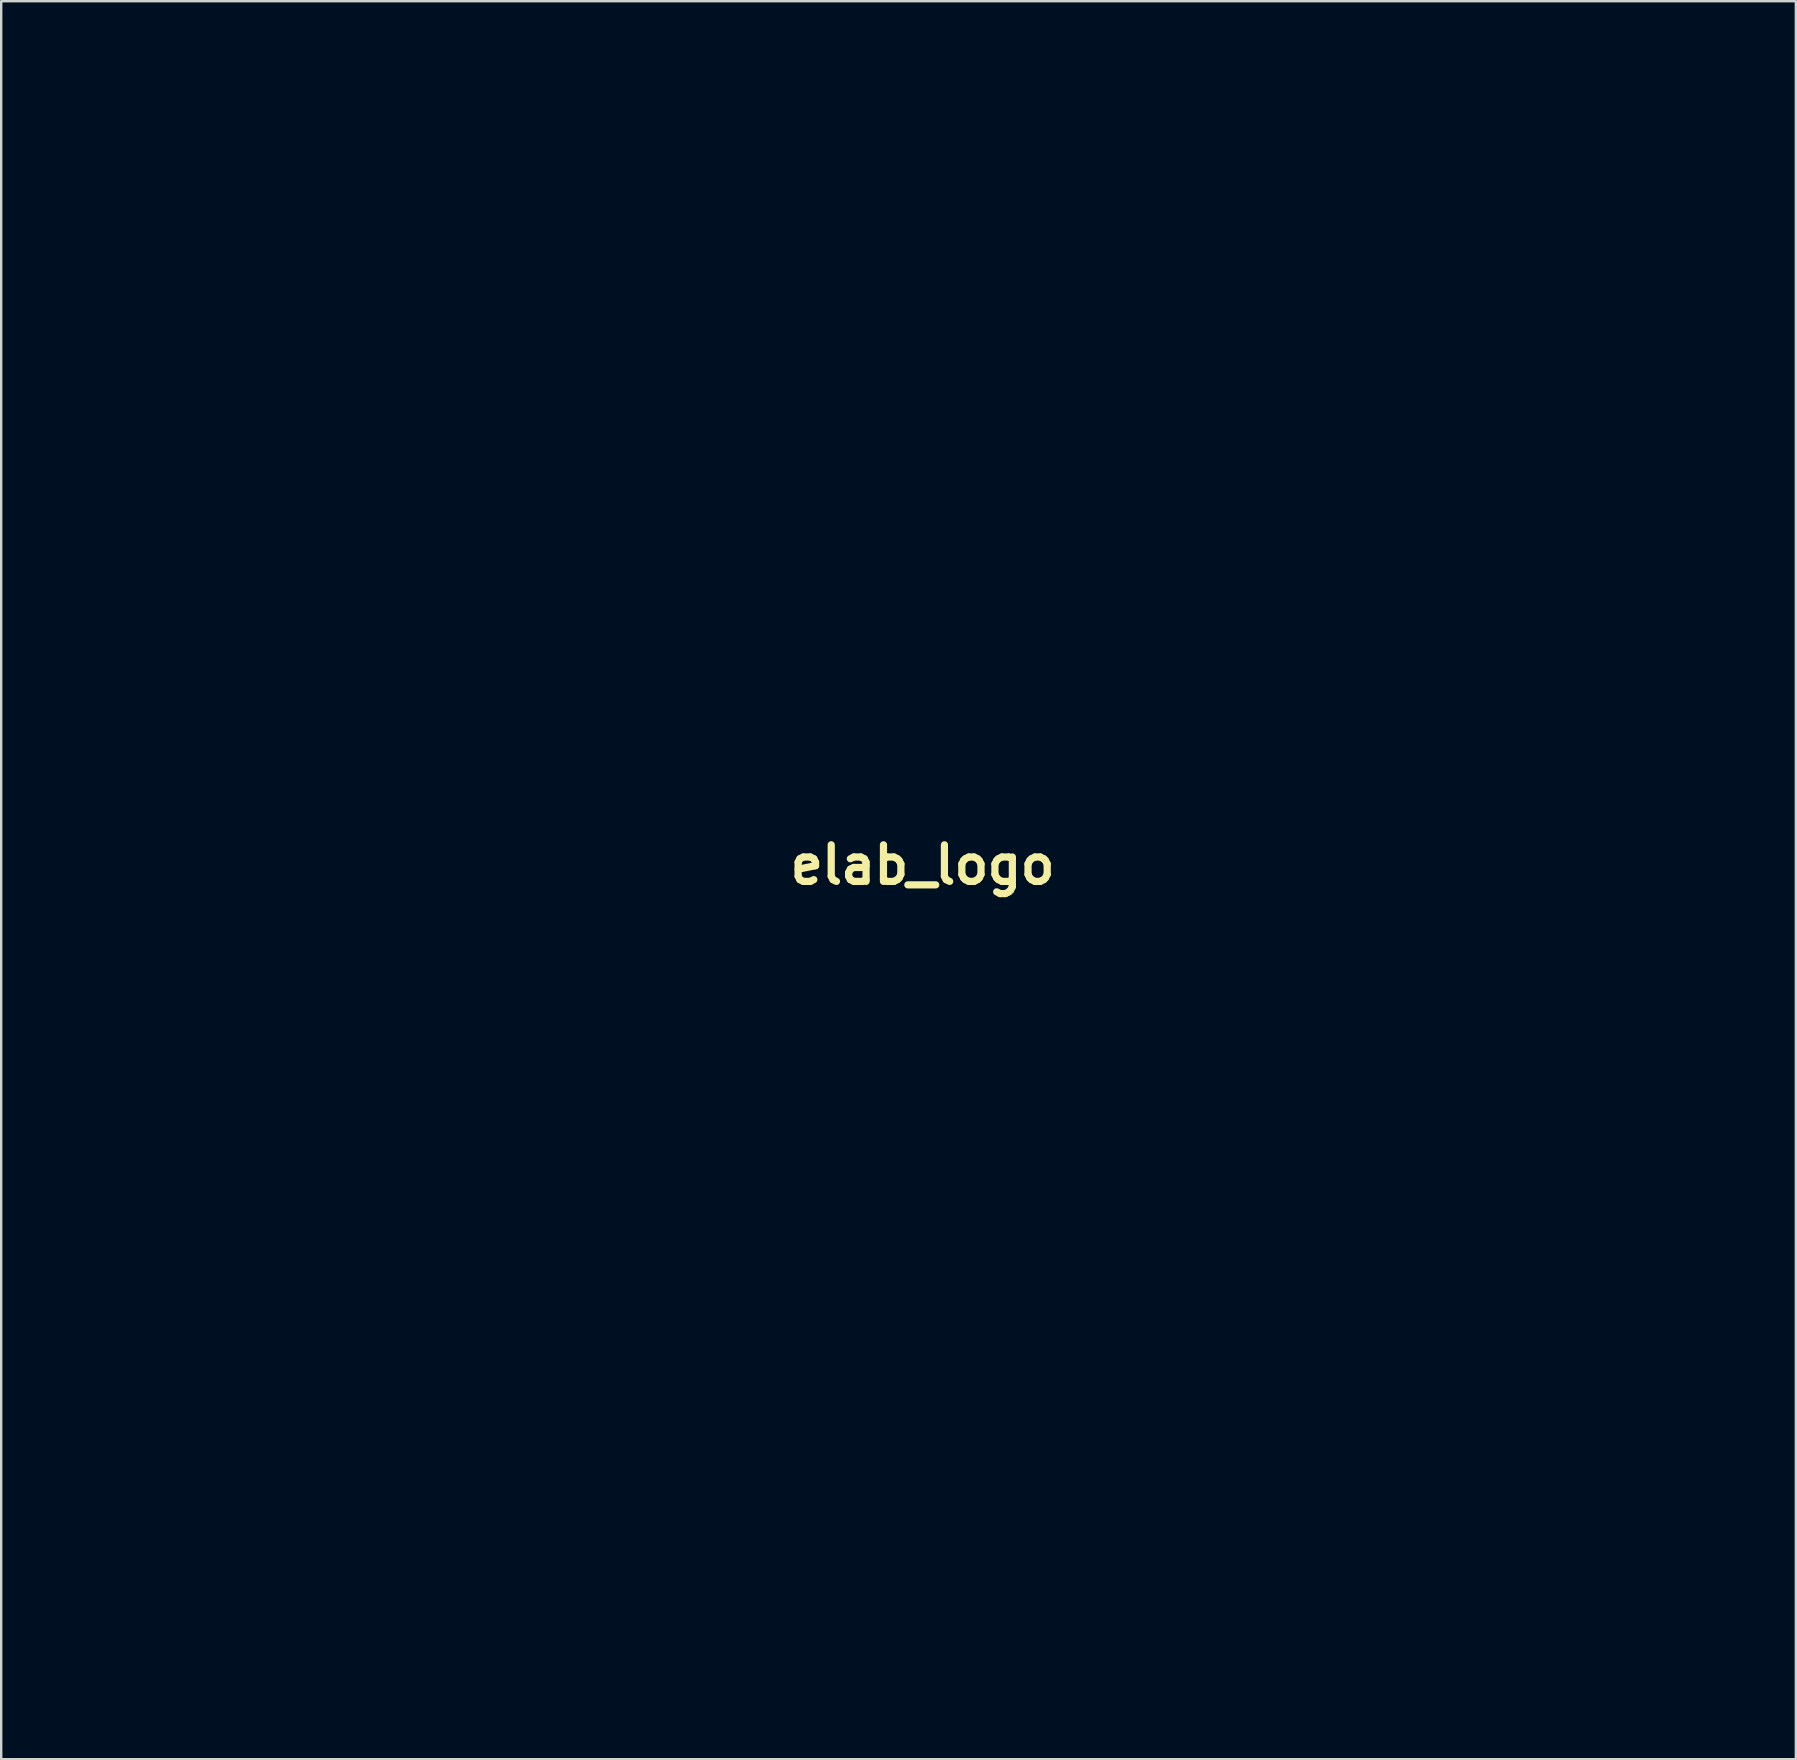
<source format=kicad_pcb>
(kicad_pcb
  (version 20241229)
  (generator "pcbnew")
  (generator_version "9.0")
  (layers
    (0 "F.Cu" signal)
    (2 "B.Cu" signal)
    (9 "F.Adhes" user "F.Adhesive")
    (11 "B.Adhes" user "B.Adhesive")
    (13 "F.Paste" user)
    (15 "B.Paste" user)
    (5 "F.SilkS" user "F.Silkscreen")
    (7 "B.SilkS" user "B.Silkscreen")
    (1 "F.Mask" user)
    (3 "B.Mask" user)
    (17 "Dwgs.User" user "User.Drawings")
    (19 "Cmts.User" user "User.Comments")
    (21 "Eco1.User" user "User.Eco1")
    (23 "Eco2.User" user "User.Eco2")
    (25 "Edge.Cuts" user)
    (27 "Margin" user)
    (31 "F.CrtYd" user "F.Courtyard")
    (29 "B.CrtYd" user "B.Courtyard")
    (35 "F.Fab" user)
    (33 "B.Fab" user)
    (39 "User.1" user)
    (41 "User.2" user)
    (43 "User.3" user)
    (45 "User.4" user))
  (footprint "elab_logo"
    (layer "F.Cu")
    (at 35.396 32.987)
    (property "Reference" "elab_logo" (at 0 0 0) (layer "F.SilkS") (effects (font (size 1.524 1.524) (thickness 0.3))))
    (attr through_hole)
    (fp_poly (pts (xy 26.741 26.173) (xy 26.83 26.218) (xy 26.938 26.313) (xy 27.078 26.473) (xy 27.264 26.717) (xy 27.51 27.06) (xy 27.83 27.518) (xy 28.032 27.811) (xy 29.168 29.461) (xy 29.191 27.811) (xy 29.214 26.162) (xy 29.633 26.162) (xy 29.633 30.141) (xy 29.389 30.141) (xy 29.304 30.131) (xy 29.215 30.088) (xy 29.108 29.996) (xy 28.971 29.84) (xy 28.788 29.601) (xy 28.546 29.265) (xy 28.231 28.814) (xy 28.013 28.499) (xy 26.882 26.856) (xy 26.859 28.499) (xy 26.836 30.141) (xy 26.416 30.141) (xy 26.416 26.162) (xy 26.656 26.162) (xy 26.741 26.173)) (stroke (width 0.01) (type solid)) (fill no) (layer "Eco2.User"))
    (fp_poly (pts (xy 15.004 30.834) (xy 15.261 30.838) (xy 15.834 30.848) (xy 16.258 30.86) (xy 16.555 30.877) (xy 16.745 30.899) (xy 16.849 30.93) (xy 16.889 30.971) (xy 16.891 30.988) (xy 16.869 31.033) (xy 16.789 31.067) (xy 16.631 31.093) (xy 16.372 31.111) (xy 15.994 31.124) (xy 15.474 31.135) (xy 15.261 31.138) (xy 14.699 31.145) (xy 14.283 31.148) (xy 13.992 31.143) (xy 13.804 31.13) (xy 13.696 31.105) (xy 13.646 31.068) (xy 13.632 31.015) (xy 13.631 30.988) (xy 13.637 30.928) (xy 13.669 30.885) (xy 13.75 30.855) (xy 13.901 30.837) (xy 14.146 30.829) (xy 14.506 30.829) (xy 15.004 30.834)) (stroke (width 0.01) (type solid)) (fill no) (layer "Eco2.User"))
    (fp_poly (pts (xy 21.59 30.141) (xy 21.167 30.141) (xy 21.163 28.469) (xy 21.158 26.797) (xy 20.495 28.448) (xy 20.234 29.094) (xy 20.025 29.585) (xy 19.855 29.921) (xy 19.708 30.104) (xy 19.573 30.135) (xy 19.435 30.014) (xy 19.28 29.742) (xy 19.095 29.321) (xy 18.866 28.751) (xy 18.791 28.562) (xy 18.161 26.975) (xy 18.138 28.558) (xy 18.115 30.141) (xy 17.695 30.141) (xy 17.695 26.162) (xy 18.264 26.162) (xy 18.925 27.855) (xy 19.121 28.35) (xy 19.299 28.783) (xy 19.448 29.133) (xy 19.56 29.377) (xy 19.625 29.494) (xy 19.636 29.5) (xy 19.68 29.41) (xy 19.776 29.186) (xy 19.914 28.853) (xy 20.083 28.435) (xy 20.274 27.956) (xy 20.325 27.828) (xy 20.965 26.204) (xy 21.278 26.178) (xy 21.59 26.152) (xy 21.59 30.141)) (stroke (width 0.01) (type solid)) (fill no) (layer "Eco2.User"))
    (fp_poly (pts (xy 16.616 26.178) (xy 16.891 26.204) (xy 16.891 27.644) (xy 16.886 28.281) (xy 16.866 28.774) (xy 16.825 29.148) (xy 16.758 29.429) (xy 16.659 29.643) (xy 16.523 29.813) (xy 16.362 29.952) (xy 16.181 30.073) (xy 15.996 30.146) (xy 15.751 30.187) (xy 15.393 30.209) (xy 15.374 30.21) (xy 14.986 30.214) (xy 14.712 30.189) (xy 14.501 30.126) (xy 14.393 30.074) (xy 14.146 29.909) (xy 13.955 29.704) (xy 13.814 29.436) (xy 13.718 29.086) (xy 13.662 28.633) (xy 13.64 28.055) (xy 13.646 27.332) (xy 13.647 27.263) (xy 13.674 26.204) (xy 13.949 26.178) (xy 14.224 26.151) (xy 14.224 27.556) (xy 14.229 28.177) (xy 14.249 28.651) (xy 14.288 29.004) (xy 14.354 29.258) (xy 14.452 29.438) (xy 14.589 29.566) (xy 14.756 29.661) (xy 15.151 29.787) (xy 15.536 29.765) (xy 15.796 29.679) (xy 15.976 29.584) (xy 16.113 29.455) (xy 16.211 29.269) (xy 16.277 29.004) (xy 16.317 28.636) (xy 16.336 28.142) (xy 16.341 27.556) (xy 16.341 26.151) (xy 16.616 26.178)) (stroke (width 0.01) (type solid)) (fill no) (layer "Eco2.User"))
    (fp_poly (pts (xy 24.51 26.148) (xy 24.974 26.355) (xy 25.377 26.699) (xy 25.662 27.14) (xy 25.827 27.649) (xy 25.875 28.191) (xy 25.81 28.732) (xy 25.636 29.236) (xy 25.358 29.669) (xy 25.028 29.962) (xy 24.621 30.143) (xy 24.138 30.224) (xy 23.641 30.202) (xy 23.192 30.075) (xy 23.114 30.036) (xy 22.722 29.737) (xy 22.42 29.324) (xy 22.218 28.831) (xy 22.124 28.292) (xy 22.138 27.951) (xy 22.536 27.951) (xy 22.544 28.465) (xy 22.665 28.928) (xy 22.883 29.321) (xy 23.185 29.626) (xy 23.555 29.824) (xy 23.977 29.897) (xy 24.436 29.825) (xy 24.581 29.772) (xy 24.951 29.532) (xy 25.228 29.179) (xy 25.406 28.747) (xy 25.481 28.268) (xy 25.447 27.774) (xy 25.299 27.298) (xy 25.045 26.888) (xy 24.713 26.605) (xy 24.322 26.456) (xy 23.904 26.435) (xy 23.493 26.535) (xy 23.122 26.748) (xy 22.824 27.067) (xy 22.656 27.404) (xy 22.536 27.951) (xy 22.138 27.951) (xy 22.147 27.743) (xy 22.297 27.217) (xy 22.354 27.093) (xy 22.665 26.653) (xy 23.065 26.335) (xy 23.526 26.142) (xy 24.017 26.079) (xy 24.51 26.148)) (stroke (width 0.01) (type solid)) (fill no) (layer "Eco2.User"))
    (fp_poly (pts (xy 31.855 26.102) (xy 32.359 26.215) (xy 32.755 26.448) (xy 33.032 26.793) (xy 33.152 27.114) (xy 33.174 27.281) (xy 33.103 27.341) (xy 33.008 27.346) (xy 32.855 27.302) (xy 32.732 27.147) (xy 32.666 27.006) (xy 32.472 26.72) (xy 32.197 26.53) (xy 31.874 26.433) (xy 31.538 26.426) (xy 31.221 26.505) (xy 30.959 26.668) (xy 30.786 26.912) (xy 30.734 27.182) (xy 30.764 27.416) (xy 30.839 27.581) (xy 30.853 27.595) (xy 30.985 27.66) (xy 31.237 27.75) (xy 31.565 27.851) (xy 31.745 27.901) (xy 32.298 28.062) (xy 32.704 28.218) (xy 32.984 28.385) (xy 33.159 28.58) (xy 33.248 28.82) (xy 33.274 29.121) (xy 33.274 29.125) (xy 33.221 29.512) (xy 33.047 29.801) (xy 32.732 30.024) (xy 32.649 30.064) (xy 32.329 30.159) (xy 31.924 30.211) (xy 31.504 30.217) (xy 31.137 30.175) (xy 30.988 30.131) (xy 30.65 29.919) (xy 30.373 29.604) (xy 30.221 29.276) (xy 30.179 28.983) (xy 30.226 28.818) (xy 30.333 28.786) (xy 30.472 28.892) (xy 30.614 29.14) (xy 30.638 29.2) (xy 30.844 29.548) (xy 31.159 29.773) (xy 31.59 29.878) (xy 31.8 29.887) (xy 32.194 29.835) (xy 32.52 29.695) (xy 32.758 29.49) (xy 32.885 29.245) (xy 32.881 28.981) (xy 32.789 28.799) (xy 32.65 28.664) (xy 32.429 28.547) (xy 32.092 28.431) (xy 31.911 28.379) (xy 31.343 28.211) (xy 30.922 28.052) (xy 30.629 27.888) (xy 30.442 27.703) (xy 30.343 27.482) (xy 30.311 27.21) (xy 30.311 27.174) (xy 30.387 26.793) (xy 30.603 26.479) (xy 30.934 26.249) (xy 31.358 26.118) (xy 31.852 26.101) (xy 31.855 26.102)) (stroke (width 0.01) (type solid)) (fill no) (layer "Eco2.User"))
    (fp_poly (pts (xy -2.879 15.346) (xy -2.228 15.444) (xy -1.672 15.665) (xy -1.17 16.026) (xy -1.001 16.188) (xy -0.619 16.677) (xy -0.376 17.228) (xy -0.264 17.866) (xy -0.254 18.163) (xy -0.325 18.875) (xy -0.537 19.497) (xy -0.884 20.025) (xy -1.363 20.449) (xy -1.717 20.653) (xy -2.386 20.897) (xy -3.047 20.971) (xy -3.698 20.877) (xy -4.335 20.615) (xy -4.89 20.239) (xy -5.42 19.812) (xy -21.523 19.812) (xy -21.959 20.206) (xy -22.523 20.625) (xy -23.123 20.906) (xy -23.736 21.04) (xy -24.336 21.021) (xy -24.559 20.971) (xy -25.214 20.701) (xy -25.786 20.29) (xy -26.257 19.752) (xy -26.515 19.316) (xy -26.619 19.066) (xy -26.678 18.804) (xy -26.703 18.47) (xy -26.706 18.203) (xy -26.696 18.052) (xy -25.31 18.052) (xy -25.284 18.5) (xy -25.136 18.88) (xy -24.84 19.258) (xy -24.463 19.509) (xy -24.038 19.623) (xy -23.597 19.586) (xy -23.427 19.528) (xy -23.135 19.344) (xy -22.857 19.068) (xy -22.646 18.757) (xy -22.564 18.542) (xy -22.547 18.097) (xy -22.568 18.023) (xy -4.382 18.023) (xy -4.352 18.48) (xy -4.185 18.901) (xy -3.906 19.244) (xy -3.554 19.464) (xy -3.139 19.548) (xy -2.694 19.505) (xy -2.336 19.366) (xy -1.975 19.103) (xy -1.752 18.788) (xy -1.643 18.38) (xy -1.628 18.226) (xy -1.62 17.912) (xy -1.661 17.69) (xy -1.766 17.488) (xy -1.792 17.449) (xy -2.107 17.087) (xy -2.468 16.871) (xy -2.86 16.785) (xy -3.341 16.815) (xy -3.76 16.987) (xy -4.09 17.283) (xy -4.309 17.681) (xy -4.382 18.023) (xy -22.568 18.023) (xy -22.673 17.657) (xy -22.92 17.271) (xy -23.219 17.018) (xy -23.549 16.893) (xy -23.946 16.851) (xy -24.331 16.893) (xy -24.536 16.968) (xy -24.927 17.256) (xy -25.188 17.627) (xy -25.31 18.052) (xy -26.696 18.052) (xy -26.668 17.619) (xy -26.543 17.137) (xy -26.31 16.702) (xy -25.976 16.288) (xy -25.471 15.856) (xy -24.898 15.565) (xy -24.281 15.418) (xy -23.645 15.415) (xy -23.017 15.557) (xy -22.419 15.845) (xy -22.042 16.127) (xy -21.605 16.51) (xy -5.4 16.51) (xy -4.943 16.093) (xy -4.416 15.691) (xy -3.87 15.445) (xy -3.272 15.343) (xy -2.879 15.346)) (stroke (width 0.01) (type solid)) (fill no) (layer "Eco2.User"))
    (fp_poly (pts (xy 1.185 -22.334) (xy 1.747 -22.273) (xy 2.202 -22.136) (xy 2.608 -21.9) (xy 3.02 -21.54) (xy 3.041 -21.519) (xy 3.438 -21.05) (xy 3.697 -20.558) (xy 3.839 -19.996) (xy 3.878 -19.584) (xy 3.888 -19.208) (xy 3.87 -18.934) (xy 3.811 -18.698) (xy 3.703 -18.434) (xy 3.697 -18.423) (xy 3.517 -18.099) (xy 3.273 -17.752) (xy 3.087 -17.531) (xy 2.691 -17.107) (xy 2.817 8.213) (xy -26.501 8.213) (xy -26.501 10.042) (xy -26.197 10.334) (xy -25.974 10.588) (xy -25.754 10.901) (xy -25.668 11.049) (xy -25.559 11.274) (xy -25.492 11.484) (xy -25.457 11.732) (xy -25.445 12.071) (xy -25.444 12.277) (xy -25.452 12.695) (xy -25.48 12.997) (xy -25.538 13.235) (xy -25.633 13.462) (xy -25.639 13.474) (xy -26 14.038) (xy -26.461 14.498) (xy -26.996 14.843) (xy -27.58 15.06) (xy -28.189 15.14) (xy -28.796 15.069) (xy -29.015 15.003) (xy -29.666 14.686) (xy -30.206 14.242) (xy -30.627 13.68) (xy -30.921 13.014) (xy -31.039 12.379) (xy -29.599 12.379) (xy -29.563 12.587) (xy -29.406 13.02) (xy -29.187 13.329) (xy -28.88 13.552) (xy -28.529 13.668) (xy -28.125 13.692) (xy -27.735 13.626) (xy -27.45 13.489) (xy -27.098 13.136) (xy -26.891 12.726) (xy -26.83 12.288) (xy -26.914 11.852) (xy -27.142 11.446) (xy -27.459 11.141) (xy -27.662 11.031) (xy -27.922 10.977) (xy -28.228 10.964) (xy -28.555 10.977) (xy -28.783 11.029) (xy -28.983 11.139) (xy -29.061 11.196) (xy -29.375 11.531) (xy -29.56 11.939) (xy -29.599 12.379) (xy -31.039 12.379) (xy -31.043 12.362) (xy -31.003 11.718) (xy -30.807 11.107) (xy -30.463 10.552) (xy -30.182 10.252) (xy -29.803 9.903) (xy -29.803 4.826) (xy -0.593 4.826) (xy -0.593 -17.205) (xy -0.969 -17.623) (xy -1.357 -18.175) (xy -1.599 -18.788) (xy -1.696 -19.436) (xy -1.689 -19.539) (xy -0.294 -19.539) (xy -0.231 -19.116) (xy -0.046 -18.729) (xy 0.26 -18.414) (xy 0.422 -18.313) (xy 0.894 -18.144) (xy 1.355 -18.145) (xy 1.582 -18.209) (xy 1.982 -18.446) (xy 2.273 -18.799) (xy 2.437 -19.243) (xy 2.468 -19.552) (xy 2.403 -20.033) (xy 2.196 -20.422) (xy 1.927 -20.673) (xy 1.596 -20.822) (xy 1.186 -20.883) (xy 0.762 -20.857) (xy 0.392 -20.743) (xy 0.274 -20.673) (xy -0.044 -20.353) (xy -0.232 -19.963) (xy -0.294 -19.539) (xy -1.689 -19.539) (xy -1.647 -20.091) (xy -1.449 -20.726) (xy -1.109 -21.305) (xy -0.847 -21.596) (xy -0.515 -21.846) (xy -0.166 -22.043) (xy 0.151 -22.202) (xy 0.386 -22.296) (xy 0.604 -22.34) (xy 0.87 -22.347) (xy 1.185 -22.334)) (stroke (width 0.01) (type solid)) (fill no) (layer "Eco2.User"))
    (fp_poly (pts (xy -22.662 -19.672) (xy -22.06 -19.44) (xy -21.498 -19.063) (xy -21.396 -18.973) (xy -21.021 -18.627) (xy -3.048 -18.627) (xy -3.048 2.201) (xy -29.464 2.201) (xy -29.464 -8.851) (xy -29.815 -9.273) (xy -30.211 -9.822) (xy -30.462 -10.357) (xy -30.584 -10.918) (xy -30.601 -11.261) (xy -30.584 -11.404) (xy -29.191 -11.404) (xy -29.165 -10.946) (xy -29.092 -10.72) (xy -28.85 -10.341) (xy -28.508 -10.069) (xy -28.101 -9.916) (xy -27.668 -9.892) (xy -27.244 -10.006) (xy -27.015 -10.141) (xy -26.678 -10.482) (xy -26.479 -10.881) (xy -26.418 -11.306) (xy -26.491 -11.726) (xy -26.696 -12.108) (xy -27.032 -12.421) (xy -27.17 -12.503) (xy -27.589 -12.665) (xy -27.979 -12.676) (xy -28.388 -12.537) (xy -28.451 -12.505) (xy -28.821 -12.221) (xy -29.072 -11.841) (xy -29.191 -11.404) (xy -30.584 -11.404) (xy -30.521 -11.945) (xy -30.291 -12.57) (xy -29.922 -13.117) (xy -29.428 -13.564) (xy -28.939 -13.844) (xy -28.343 -14.03) (xy -27.709 -14.086) (xy -27.088 -14.011) (xy -26.645 -13.862) (xy -26.088 -13.518) (xy -25.613 -13.047) (xy -25.257 -12.484) (xy -25.245 -12.459) (xy -25.128 -12.176) (xy -25.061 -11.914) (xy -25.031 -11.605) (xy -25.027 -11.261) (xy -25.064 -10.694) (xy -25.18 -10.228) (xy -25.398 -9.802) (xy -25.741 -9.358) (xy -25.773 -9.323) (xy -26.162 -8.884) (xy -26.162 -1.101) (xy -16.828 -1.101) (xy -15.572 -1.102) (xy -14.356 -1.103) (xy -13.191 -1.106) (xy -12.089 -1.109) (xy -11.061 -1.113) (xy -10.119 -1.117) (xy -9.275 -1.122) (xy -8.54 -1.128) (xy -7.927 -1.134) (xy -7.447 -1.141) (xy -7.111 -1.148) (xy -6.931 -1.155) (xy -6.921 -1.156) (xy -6.349 -1.21) (xy -6.371 -8.246) (xy -6.392 -15.282) (xy -13.664 -15.304) (xy -20.936 -15.326) (xy -21.336 -14.952) (xy -21.838 -14.552) (xy -22.351 -14.292) (xy -22.895 -14.155) (xy -23.585 -14.126) (xy -24.236 -14.254) (xy -24.828 -14.527) (xy -25.341 -14.935) (xy -25.752 -15.467) (xy -25.895 -15.735) (xy -26.014 -16.02) (xy -26.083 -16.286) (xy -26.114 -16.601) (xy -26.119 -16.879) (xy -24.756 -16.879) (xy -24.659 -16.437) (xy -24.406 -16.034) (xy -24.338 -15.961) (xy -23.944 -15.661) (xy -23.52 -15.526) (xy -23.051 -15.552) (xy -22.93 -15.581) (xy -22.559 -15.767) (xy -22.264 -16.074) (xy -22.065 -16.466) (xy -21.981 -16.904) (xy -22.021 -17.31) (xy -22.2 -17.715) (xy -22.489 -18.021) (xy -22.853 -18.224) (xy -23.259 -18.316) (xy -23.675 -18.291) (xy -24.066 -18.144) (xy -24.4 -17.867) (xy -24.473 -17.774) (xy -24.695 -17.333) (xy -24.756 -16.879) (xy -26.119 -16.879) (xy -26.12 -16.935) (xy -26.112 -17.317) (xy -26.08 -17.599) (xy -26.008 -17.85) (xy -25.882 -18.139) (xy -25.837 -18.23) (xy -25.476 -18.788) (xy -25.017 -19.225) (xy -24.483 -19.535) (xy -23.897 -19.716) (xy -23.282 -19.763) (xy -22.662 -19.672)) (stroke (width 0.01) (type solid)) (fill no) (layer "Eco2.User"))
    (fp_poly (pts (xy 2.99 -32.952) (xy 3.496 -32.823) (xy 3.571 -32.791) (xy 4.078 -32.482) (xy 4.537 -32.056) (xy 4.895 -31.563) (xy 4.968 -31.423) (xy 5.09 -31.141) (xy 5.161 -30.879) (xy 5.195 -30.57) (xy 5.203 -30.226) (xy 5.196 -29.826) (xy 5.161 -29.529) (xy 5.087 -29.27) (xy 4.987 -29.037) (xy 4.648 -28.471) (xy 4.216 -27.999) (xy 3.72 -27.643) (xy 3.185 -27.426) (xy 2.963 -27.382) (xy 2.872 -27.366) (xy 2.778 -27.336) (xy 2.67 -27.282) (xy 2.537 -27.195) (xy 2.367 -27.065) (xy 2.149 -26.882) (xy 1.871 -26.638) (xy 1.523 -26.321) (xy 1.093 -25.923) (xy 0.569 -25.434) (xy -0.059 -24.845) (xy -0.508 -24.422) (xy -3.598 -21.514) (xy -27.139 -21.505) (xy -29.656 -18.983) (xy -32.173 -16.461) (xy -32.173 17.315) (xy -29.739 19.749) (xy -27.304 22.183) (xy -4.26 22.183) (xy 1.723 25.571) (xy 7.706 28.96) (xy 7.98 28.814) (xy 8.197 28.733) (xy 8.495 28.687) (xy 8.914 28.67) (xy 9.019 28.67) (xy 9.432 28.68) (xy 9.738 28.714) (xy 10 28.783) (xy 10.259 28.89) (xy 10.832 29.235) (xy 11.282 29.673) (xy 11.608 30.182) (xy 11.811 30.741) (xy 11.891 31.326) (xy 11.848 31.915) (xy 11.683 32.487) (xy 11.396 33.02) (xy 10.987 33.49) (xy 10.456 33.876) (xy 10.21 34.001) (xy 9.718 34.171) (xy 9.191 34.259) (xy 8.687 34.26) (xy 8.272 34.173) (xy 7.756 33.906) (xy 7.259 33.514) (xy 6.822 33.04) (xy 6.49 32.527) (xy 6.388 32.299) (xy 6.361 32.235) (xy 6.325 32.171) (xy 6.27 32.103) (xy 6.185 32.025) (xy 6.062 31.929) (xy 5.89 31.81) (xy 5.659 31.662) (xy 5.36 31.479) (xy 5.326 31.459) (xy 7.705 31.459) (xy 7.779 31.916) (xy 7.981 32.3) (xy 8.284 32.596) (xy 8.658 32.785) (xy 9.075 32.851) (xy 9.507 32.777) (xy 9.727 32.677) (xy 10.105 32.379) (xy 10.354 31.998) (xy 10.465 31.568) (xy 10.425 31.118) (xy 10.332 30.867) (xy 10.055 30.46) (xy 9.699 30.184) (xy 9.292 30.045) (xy 8.863 30.051) (xy 8.439 30.207) (xy 8.212 30.366) (xy 7.899 30.715) (xy 7.737 31.12) (xy 7.705 31.459) (xy 5.326 31.459) (xy 4.981 31.254) (xy 4.514 30.982) (xy 3.948 30.657) (xy 3.273 30.272) (xy 2.48 29.821) (xy 1.559 29.298) (xy 0.616 28.764) (xy -5.025 25.569) (xy -28.66 25.569) (xy -35.391 18.838) (xy -35.391 -17.992) (xy -28.659 -24.723) (xy -5.044 -24.723) (xy -2.713 -27.05) (xy -0.381 -29.377) (xy -0.332 -30.208) (xy -0.321 -30.348) (xy 1.042 -30.348) (xy 1.05 -29.933) (xy 1.18 -29.535) (xy 1.431 -29.186) (xy 1.799 -28.914) (xy 2.003 -28.825) (xy 2.256 -28.741) (xy 2.43 -28.713) (xy 2.605 -28.736) (xy 2.788 -28.785) (xy 3.188 -28.982) (xy 3.512 -29.302) (xy 3.73 -29.702) (xy 3.81 -30.143) (xy 3.81 -30.145) (xy 3.737 -30.616) (xy 3.535 -31.01) (xy 3.232 -31.31) (xy 2.856 -31.501) (xy 2.432 -31.564) (xy 1.989 -31.484) (xy 1.782 -31.392) (xy 1.406 -31.108) (xy 1.16 -30.75) (xy 1.042 -30.348) (xy -0.321 -30.348) (xy -0.299 -30.633) (xy -0.252 -30.943) (xy -0.179 -31.193) (xy -0.067 -31.436) (xy -0.041 -31.484) (xy 0.359 -32.044) (xy 0.888 -32.496) (xy 1.345 -32.752) (xy 1.852 -32.915) (xy 2.421 -32.982) (xy 2.99 -32.952)) (stroke (width 0.01) (type solid)) (fill no) (layer "Eco2.User"))
    (fp_poly (pts (xy 26.917 3.473) (xy 28.04 3.475) (xy 29.007 3.48) (xy 29.83 3.492) (xy 30.523 3.511) (xy 31.098 3.539) (xy 31.568 3.579) (xy 31.946 3.632) (xy 32.245 3.7) (xy 32.478 3.785) (xy 32.658 3.889) (xy 32.797 4.014) (xy 32.909 4.162) (xy 33.006 4.333) (xy 33.02 4.36) (xy 33.232 4.784) (xy 33.21 7.916) (xy 33.202 8.685) (xy 33.19 9.404) (xy 33.175 10.051) (xy 33.157 10.606) (xy 33.137 11.049) (xy 33.115 11.359) (xy 33.098 11.494) (xy 33.018 11.787) (xy 32.894 12.037) (xy 32.701 12.272) (xy 32.415 12.519) (xy 32.011 12.806) (xy 31.84 12.92) (xy 31.529 13.128) (xy 31.278 13.305) (xy 31.118 13.429) (xy 31.074 13.476) (xy 31.14 13.544) (xy 31.316 13.674) (xy 31.569 13.842) (xy 31.644 13.89) (xy 32.137 14.212) (xy 32.505 14.482) (xy 32.773 14.725) (xy 32.97 14.963) (xy 33.056 15.1) (xy 33.26 15.452) (xy 33.32 19.32) (xy 33.381 23.188) (xy 33.154 23.575) (xy 32.984 23.826) (xy 32.805 24.029) (xy 32.726 24.094) (xy 32.586 24.154) (xy 32.356 24.206) (xy 32.028 24.251) (xy 31.594 24.287) (xy 31.046 24.317) (xy 30.374 24.34) (xy 29.571 24.356) (xy 28.629 24.366) (xy 27.539 24.37) (xy 26.292 24.369) (xy 25.527 24.365) (xy 20.786 24.342) (xy 20.484 22.437) (xy 20.183 20.532) (xy 19.172 20.48) (xy 18.293 20.44) (xy 17.57 20.419) (xy 17.007 20.417) (xy 16.606 20.433) (xy 16.368 20.469) (xy 16.298 20.511) (xy 16.274 20.624) (xy 16.229 20.877) (xy 16.167 21.243) (xy 16.094 21.693) (xy 16.014 22.202) (xy 16.004 22.267) (xy 15.922 22.792) (xy 15.845 23.272) (xy 15.78 23.677) (xy 15.73 23.978) (xy 15.7 24.145) (xy 15.698 24.151) (xy 15.65 24.384) (xy 5.757 24.384) (xy 5.778 13.949) (xy 5.8 3.514) (xy 8.932 3.514) (xy 8.954 12.552) (xy 8.975 21.59) (xy 10.944 21.589) (xy 11.507 21.586) (xy 12.016 21.578) (xy 12.446 21.567) (xy 12.77 21.552) (xy 12.965 21.536) (xy 13.008 21.525) (xy 13.06 21.422) (xy 13.132 21.187) (xy 13.213 20.856) (xy 13.288 20.489) (xy 13.379 20.014) (xy 13.492 19.423) (xy 13.627 18.729) (xy 13.779 17.945) (xy 13.848 17.59) (xy 16.763 17.59) (xy 16.805 17.63) (xy 16.941 17.659) (xy 17.19 17.679) (xy 17.568 17.691) (xy 18.093 17.695) (xy 18.255 17.695) (xy 19.746 17.695) (xy 19.703 17.505) (xy 19.681 17.385) (xy 19.635 17.115) (xy 19.569 16.712) (xy 19.483 16.193) (xy 19.383 15.574) (xy 19.269 14.873) (xy 19.145 14.107) (xy 19.014 13.292) (xy 19.001 13.208) (xy 18.869 12.394) (xy 18.745 11.632) (xy 18.629 10.936) (xy 18.526 10.325) (xy 18.438 9.813) (xy 18.367 9.417) (xy 18.317 9.154) (xy 18.29 9.04) (xy 18.289 9.037) (xy 18.267 9.108) (xy 18.22 9.327) (xy 18.151 9.675) (xy 18.063 10.133) (xy 17.961 10.683) (xy 17.846 11.305) (xy 17.723 11.982) (xy 17.595 12.693) (xy 17.465 13.421) (xy 17.336 14.146) (xy 17.213 14.849) (xy 17.098 15.512) (xy 16.994 16.116) (xy 16.906 16.642) (xy 16.836 17.071) (xy 16.788 17.384) (xy 16.764 17.562) (xy 16.763 17.59) (xy 13.848 17.59) (xy 13.947 17.085) (xy 14.127 16.161) (xy 14.318 15.188) (xy 14.516 14.178) (xy 14.719 13.144) (xy 14.924 12.1) (xy 15.129 11.059) (xy 15.331 10.035) (xy 15.527 9.04) (xy 15.715 8.088) (xy 15.893 7.192) (xy 16.057 6.365) (xy 16.205 5.621) (xy 16.335 4.973) (xy 16.443 4.434) (xy 16.528 4.017) (xy 16.586 3.735) (xy 16.615 3.603) (xy 16.618 3.594) (xy 16.704 3.587) (xy 16.934 3.576) (xy 17.28 3.561) (xy 17.717 3.544) (xy 18.217 3.527) (xy 18.261 3.525) (xy 18.825 3.508) (xy 19.243 3.498) (xy 19.537 3.498) (xy 19.73 3.509) (xy 19.845 3.533) (xy 19.904 3.569) (xy 19.93 3.619) (xy 19.952 3.722) (xy 20.004 3.98) (xy 20.083 4.38) (xy 20.188 4.911) (xy 20.315 5.561) (xy 20.462 6.318) (xy 20.628 7.17) (xy 20.809 8.106) (xy 21.004 9.114) (xy 21.21 10.181) (xy 21.425 11.297) (xy 21.468 11.515) (xy 21.684 12.635) (xy 21.891 13.707) (xy 22.088 14.72) (xy 22.271 15.662) (xy 22.439 16.522) (xy 22.589 17.287) (xy 22.719 17.946) (xy 22.827 18.488) (xy 22.91 18.9) (xy 22.966 19.172) (xy 22.993 19.292) (xy 22.995 19.297) (xy 23.002 19.222) (xy 23.008 18.995) (xy 23.014 18.631) (xy 23.019 18.147) (xy 23.024 17.559) (xy 23.027 16.885) (xy 23.029 16.139) (xy 23.029 15.402) (xy 23.03 14.817) (xy 26.247 14.817) (xy 26.247 21.675) (xy 30.141 21.675) (xy 30.141 15.773) (xy 29.422 15.295) (xy 28.704 14.817) (xy 26.247 14.817) (xy 23.03 14.817) (xy 23.031 14.407) (xy 23.035 13.29) (xy 23.042 12.099) (xy 23.05 10.879) (xy 23.06 9.68) (xy 23.072 8.548) (xy 23.085 7.53) (xy 23.086 7.472) (xy 23.103 6.223) (xy 26.204 6.223) (xy 26.226 9.144) (xy 26.233 9.834) (xy 26.24 10.472) (xy 26.249 11.037) (xy 26.259 11.51) (xy 26.269 11.871) (xy 26.279 12.098) (xy 26.287 12.171) (xy 26.358 12.218) (xy 26.541 12.25) (xy 26.855 12.269) (xy 27.317 12.276) (xy 27.429 12.277) (xy 28.533 12.277) (xy 29.338 11.719) (xy 30.144 11.161) (xy 30.121 8.692) (xy 30.099 6.223) (xy 26.204 6.223) (xy 23.103 6.223) (xy 23.142 3.471) (xy 26.917 3.473)) (stroke (width 0.01) (type solid)) (fill no) (layer "Eco2.User")))
  (gr_rect
    (start -3 -3)
    (end 71.782 70.253)
    (stroke (width 0.1) (type default))
    (fill no)
    (layer "Edge.Cuts")))
</source>
